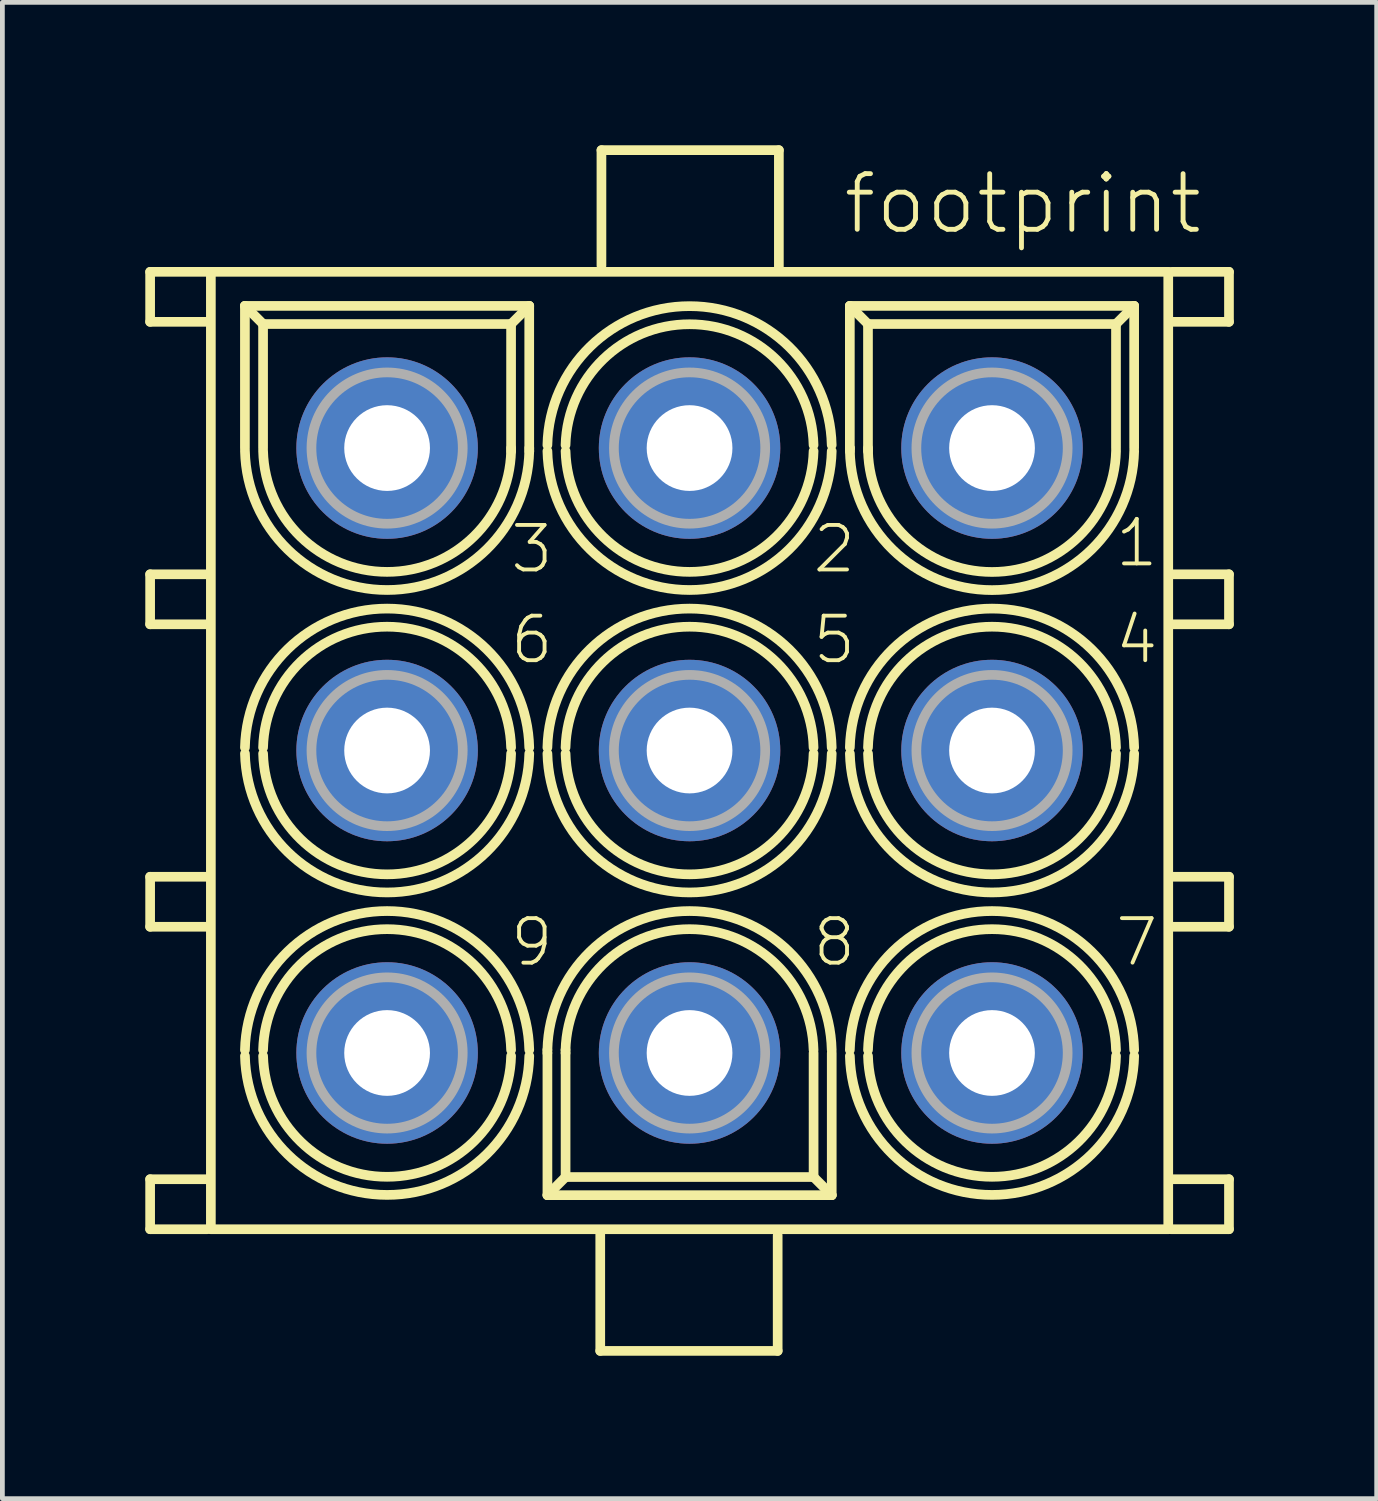
<source format=kicad_pcb>
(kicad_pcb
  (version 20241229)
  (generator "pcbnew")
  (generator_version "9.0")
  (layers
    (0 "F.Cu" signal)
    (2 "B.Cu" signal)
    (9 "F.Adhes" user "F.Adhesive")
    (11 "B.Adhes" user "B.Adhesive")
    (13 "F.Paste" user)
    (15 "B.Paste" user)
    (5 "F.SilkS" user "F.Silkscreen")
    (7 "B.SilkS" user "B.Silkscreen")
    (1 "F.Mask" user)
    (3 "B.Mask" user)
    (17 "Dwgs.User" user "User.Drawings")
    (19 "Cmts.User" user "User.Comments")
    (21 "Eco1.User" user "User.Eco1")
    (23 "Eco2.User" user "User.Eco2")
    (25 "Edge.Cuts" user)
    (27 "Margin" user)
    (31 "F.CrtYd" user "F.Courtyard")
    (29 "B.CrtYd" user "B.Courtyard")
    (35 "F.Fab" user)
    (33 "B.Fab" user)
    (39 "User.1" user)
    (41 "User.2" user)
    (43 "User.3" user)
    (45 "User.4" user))
  (footprint "footprint"
    (layer "F.Cu")
    (at 11.427 12.707)
    (property "Reference" "footprint" (at 3.175 -10.795 0) (layer "F.SilkS") (effects (font (size 1.168 1.168) (thickness 0.102)) (justify left bottom)))
    (fp_line (start -11.325 -10.05) (end -11.325 -9) (stroke (width 0.203) (type solid)) (layer "F.SilkS"))
    (fp_line (start -11.325 -9) (end -10.125 -9) (stroke (width 0.203) (type solid)) (layer "F.SilkS"))
    (fp_line (start -11.325 -3.7) (end -11.325 -2.65) (stroke (width 0.203) (type solid)) (layer "F.SilkS"))
    (fp_line (start -11.325 -2.65) (end -10.125 -2.65) (stroke (width 0.203) (type solid)) (layer "F.SilkS"))
    (fp_line (start -11.325 2.65) (end -11.325 3.7) (stroke (width 0.203) (type solid)) (layer "F.SilkS"))
    (fp_line (start -11.325 3.7) (end -10.125 3.7) (stroke (width 0.203) (type solid)) (layer "F.SilkS"))
    (fp_line (start -11.325 9) (end -11.325 10.05) (stroke (width 0.203) (type solid)) (layer "F.SilkS"))
    (fp_line (start -11.325 10.05) (end -10.125 10.05) (stroke (width 0.203) (type solid)) (layer "F.SilkS"))
    (fp_line (start -10.1 -10.05) (end -11.325 -10.05) (stroke (width 0.203) (type solid)) (layer "F.SilkS"))
    (fp_line (start -10.1 -3.7) (end -11.325 -3.7) (stroke (width 0.203) (type solid)) (layer "F.SilkS"))
    (fp_line (start -10.1 2.65) (end -11.325 2.65) (stroke (width 0.203) (type solid)) (layer "F.SilkS"))
    (fp_line (start -10.1 9) (end -11.325 9) (stroke (width 0.203) (type solid)) (layer "F.SilkS"))
    (fp_line (start -10.05 -10.05) (end 10.05 -10.05) (stroke (width 0.203) (type solid)) (layer "F.SilkS"))
    (fp_line (start -10.05 10.05) (end -10.05 -10.05) (stroke (width 0.203) (type solid)) (layer "F.SilkS"))
    (fp_line (start -9.335 -9.335) (end -3.366 -9.335) (stroke (width 0.203) (type solid)) (layer "F.SilkS"))
    (fp_line (start -9.335 -6.35) (end -9.335 -9.335) (stroke (width 0.203) (type solid)) (layer "F.SilkS"))
    (fp_line (start -8.954 -8.954) (end -9.335 -9.335) (stroke (width 0.203) (type solid)) (layer "F.SilkS"))
    (fp_line (start -8.954 -8.954) (end -3.747 -8.954) (stroke (width 0.203) (type solid)) (layer "F.SilkS"))
    (fp_line (start -8.954 -6.35) (end -8.954 -8.954) (stroke (width 0.203) (type solid)) (layer "F.SilkS"))
    (fp_line (start -3.747 -8.954) (end -3.747 -6.35) (stroke (width 0.203) (type solid)) (layer "F.SilkS"))
    (fp_line (start -3.747 -8.954) (end -3.366 -9.335) (stroke (width 0.203) (type solid)) (layer "F.SilkS"))
    (fp_line (start -3.746 -6.35) (end -3.746 -6.286) (stroke (width 0.203) (type solid)) (layer "F.SilkS"))
    (fp_line (start -3.366 -9.335) (end -3.366 -6.35) (stroke (width 0.203) (type solid)) (layer "F.SilkS"))
    (fp_line (start -3.365 -6.35) (end -3.365 -6.286) (stroke (width 0.203) (type solid)) (layer "F.SilkS"))
    (fp_line (start -2.985 6.35) (end -2.985 6.286) (stroke (width 0.203) (type solid)) (layer "F.SilkS"))
    (fp_line (start -2.984 9.335) (end -2.984 6.35) (stroke (width 0.203) (type solid)) (layer "F.SilkS"))
    (fp_line (start -2.604 6.35) (end -2.604 6.286) (stroke (width 0.203) (type solid)) (layer "F.SilkS"))
    (fp_line (start -2.603 8.954) (end -2.984 9.335) (stroke (width 0.203) (type solid)) (layer "F.SilkS"))
    (fp_line (start -2.603 8.954) (end -2.603 6.35) (stroke (width 0.203) (type solid)) (layer "F.SilkS"))
    (fp_line (start -1.875 10.155) (end -1.875 12.605) (stroke (width 0.203) (type solid)) (layer "F.SilkS"))
    (fp_line (start -1.875 12.605) (end 1.85 12.605) (stroke (width 0.203) (type solid)) (layer "F.SilkS"))
    (fp_line (start -1.85 -12.605) (end -1.85 -10.18) (stroke (width 0.203) (type solid)) (layer "F.SilkS"))
    (fp_line (start 1.85 12.605) (end 1.85 10.18) (stroke (width 0.203) (type solid)) (layer "F.SilkS"))
    (fp_line (start 1.875 -12.605) (end -1.85 -12.605) (stroke (width 0.203) (type solid)) (layer "F.SilkS"))
    (fp_line (start 1.875 -10.155) (end 1.875 -12.605) (stroke (width 0.203) (type solid)) (layer "F.SilkS"))
    (fp_line (start 2.604 6.35) (end 2.604 8.954) (stroke (width 0.203) (type solid)) (layer "F.SilkS"))
    (fp_line (start 2.604 8.954) (end -2.603 8.954) (stroke (width 0.203) (type solid)) (layer "F.SilkS"))
    (fp_line (start 2.604 8.954) (end 2.985 9.335) (stroke (width 0.203) (type solid)) (layer "F.SilkS"))
    (fp_line (start 2.985 6.35) (end 2.985 9.335) (stroke (width 0.203) (type solid)) (layer "F.SilkS"))
    (fp_line (start 2.985 9.335) (end -2.984 9.335) (stroke (width 0.203) (type solid)) (layer "F.SilkS"))
    (fp_line (start 3.365 -9.335) (end 9.334 -9.335) (stroke (width 0.203) (type solid)) (layer "F.SilkS"))
    (fp_line (start 3.365 -6.35) (end 3.365 -9.335) (stroke (width 0.203) (type solid)) (layer "F.SilkS"))
    (fp_line (start 3.365 -6.35) (end 3.366 -6.35) (stroke (width 0.203) (type solid)) (layer "F.SilkS"))
    (fp_line (start 3.366 -6.286) (end 3.366 -6.35) (stroke (width 0.203) (type solid)) (layer "F.SilkS"))
    (fp_line (start 3.746 -8.954) (end 3.365 -9.335) (stroke (width 0.203) (type solid)) (layer "F.SilkS"))
    (fp_line (start 3.746 -8.954) (end 8.953 -8.954) (stroke (width 0.203) (type solid)) (layer "F.SilkS"))
    (fp_line (start 3.746 -6.35) (end 3.746 -8.954) (stroke (width 0.203) (type solid)) (layer "F.SilkS"))
    (fp_line (start 3.747 -6.286) (end 3.747 -6.35) (stroke (width 0.203) (type solid)) (layer "F.SilkS"))
    (fp_line (start 8.953 -8.954) (end 8.953 -6.35) (stroke (width 0.203) (type solid)) (layer "F.SilkS"))
    (fp_line (start 8.953 -8.954) (end 9.334 -9.335) (stroke (width 0.203) (type solid)) (layer "F.SilkS"))
    (fp_line (start 9.334 -9.335) (end 9.334 -6.35) (stroke (width 0.203) (type solid)) (layer "F.SilkS"))
    (fp_line (start 10.05 -10.05) (end 10.05 10.05) (stroke (width 0.203) (type solid)) (layer "F.SilkS"))
    (fp_line (start 10.05 10.05) (end -10.05 10.05) (stroke (width 0.203) (type solid)) (layer "F.SilkS"))
    (fp_line (start 10.1 -9) (end 11.325 -9) (stroke (width 0.203) (type solid)) (layer "F.SilkS"))
    (fp_line (start 10.1 -2.65) (end 11.325 -2.65) (stroke (width 0.203) (type solid)) (layer "F.SilkS"))
    (fp_line (start 10.1 3.7) (end 11.325 3.7) (stroke (width 0.203) (type solid)) (layer "F.SilkS"))
    (fp_line (start 10.1 10.05) (end 11.325 10.05) (stroke (width 0.203) (type solid)) (layer "F.SilkS"))
    (fp_line (start 11.325 -10.05) (end 10.125 -10.05) (stroke (width 0.203) (type solid)) (layer "F.SilkS"))
    (fp_line (start 11.325 -9) (end 11.325 -10.05) (stroke (width 0.203) (type solid)) (layer "F.SilkS"))
    (fp_line (start 11.325 -3.7) (end 10.125 -3.7) (stroke (width 0.203) (type solid)) (layer "F.SilkS"))
    (fp_line (start 11.325 -2.65) (end 11.325 -3.7) (stroke (width 0.203) (type solid)) (layer "F.SilkS"))
    (fp_line (start 11.325 2.65) (end 10.125 2.65) (stroke (width 0.203) (type solid)) (layer "F.SilkS"))
    (fp_line (start 11.325 3.7) (end 11.325 2.65) (stroke (width 0.203) (type solid)) (layer "F.SilkS"))
    (fp_line (start 11.325 9) (end 10.125 9) (stroke (width 0.203) (type solid)) (layer "F.SilkS"))
    (fp_line (start 11.325 10.05) (end 11.325 9) (stroke (width 0.203) (type solid)) (layer "F.SilkS"))
    (fp_arc (start -9.3347 -0.0636) (mid -6.3502 -2.980093) (end -3.3657 -0.0636) (stroke (width 0.2032) (type solid)) (layer "F.SilkS"))
    (fp_arc (start -9.3347 6.2864) (mid -6.3502 3.369907) (end -3.3657 6.2864) (stroke (width 0.2032) (type solid)) (layer "F.SilkS"))
    (fp_arc (start -8.9537 -0.0636) (mid -6.350201 -2.600086) (end -3.7467 -0.063602) (stroke (width 0.2032) (type solid)) (layer "F.SilkS"))
    (fp_arc (start -8.9537 6.2864) (mid -6.350201 3.749914) (end -3.7467 6.286398) (stroke (width 0.2032) (type solid)) (layer "F.SilkS"))
    (fp_arc (start -3.7463 -6.2864) (mid -6.349799 -3.749914) (end -8.9533 -6.286398) (stroke (width 0.2032) (type solid)) (layer "F.SilkS"))
    (fp_arc (start -3.7463 0.0636) (mid -6.349799 2.600086) (end -8.9533 0.063602) (stroke (width 0.2032) (type solid)) (layer "F.SilkS"))
    (fp_arc (start -3.7463 6.4136) (mid -6.3498 8.950085) (end -8.9533 6.4136) (stroke (width 0.2032) (type solid)) (layer "F.SilkS"))
    (fp_arc (start -3.3653 -6.2864) (mid -6.3498 -3.369907) (end -9.3343 -6.2864) (stroke (width 0.2032) (type solid)) (layer "F.SilkS"))
    (fp_arc (start -3.3653 0.0636) (mid -6.3498 2.980093) (end -9.3343 0.0636) (stroke (width 0.2032) (type solid)) (layer "F.SilkS"))
    (fp_arc (start -3.3653 6.4136) (mid -6.349801 9.330092) (end -9.3343 6.413598) (stroke (width 0.2032) (type solid)) (layer "F.SilkS"))
    (fp_arc (start -2.9847 -6.4136) (mid -0.000199 -9.330092) (end 2.9843 -6.413598) (stroke (width 0.2032) (type solid)) (layer "F.SilkS"))
    (fp_arc (start -2.9847 -0.0636) (mid -0.0002 -2.980093) (end 2.9843 -0.0636) (stroke (width 0.2032) (type solid)) (layer "F.SilkS"))
    (fp_arc (start -2.9847 6.2864) (mid -0.0002 3.369907) (end 2.9843 6.2864) (stroke (width 0.2032) (type solid)) (layer "F.SilkS"))
    (fp_arc (start -2.6037 -6.4136) (mid -0.0002 -8.950085) (end 2.6033 -6.4136) (stroke (width 0.2032) (type solid)) (layer "F.SilkS"))
    (fp_arc (start -2.6037 -0.0636) (mid -0.000201 -2.600086) (end 2.6033 -0.063602) (stroke (width 0.2032) (type solid)) (layer "F.SilkS"))
    (fp_arc (start -2.6037 6.2864) (mid -0.000201 3.749914) (end 2.6033 6.286398) (stroke (width 0.2032) (type solid)) (layer "F.SilkS"))
    (fp_arc (start 2.6037 -6.2864) (mid 0.000201 -3.749914) (end -2.6033 -6.286398) (stroke (width 0.2032) (type solid)) (layer "F.SilkS"))
    (fp_arc (start 2.6037 0.0636) (mid 0.000201 2.600086) (end -2.6033 0.063602) (stroke (width 0.2032) (type solid)) (layer "F.SilkS"))
    (fp_arc (start 2.9847 -6.2864) (mid 0.0002 -3.369907) (end -2.9843 -6.2864) (stroke (width 0.2032) (type solid)) (layer "F.SilkS"))
    (fp_arc (start 2.9847 0.0636) (mid 0.0002 2.980093) (end -2.9843 0.0636) (stroke (width 0.2032) (type solid)) (layer "F.SilkS"))
    (fp_arc (start 3.3653 -0.0636) (mid 6.3498 -2.980093) (end 9.3343 -0.0636) (stroke (width 0.2032) (type solid)) (layer "F.SilkS"))
    (fp_arc (start 3.3653 6.2864) (mid 6.3498 3.369907) (end 9.3343 6.2864) (stroke (width 0.2032) (type solid)) (layer "F.SilkS"))
    (fp_arc (start 3.7463 -0.0636) (mid 6.349799 -2.600086) (end 8.9533 -0.063602) (stroke (width 0.2032) (type solid)) (layer "F.SilkS"))
    (fp_arc (start 3.7463 6.2864) (mid 6.349799 3.749914) (end 8.9533 6.286398) (stroke (width 0.2032) (type solid)) (layer "F.SilkS"))
    (fp_arc (start 8.9536 -6.2864) (mid 6.35015 -3.748114) (end 3.7467 -6.2864) (stroke (width 0.2032) (type solid)) (layer "F.SilkS"))
    (fp_arc (start 8.9537 0.0636) (mid 6.350201 2.600086) (end 3.7467 0.063602) (stroke (width 0.2032) (type solid)) (layer "F.SilkS"))
    (fp_arc (start 8.9537 6.4136) (mid 6.3502 8.950085) (end 3.7467 6.4136) (stroke (width 0.2032) (type solid)) (layer "F.SilkS"))
    (fp_arc (start 9.3346 -6.2864) (mid 6.35015 -3.370055) (end 3.3657 -6.2864) (stroke (width 0.2032) (type solid)) (layer "F.SilkS"))
    (fp_arc (start 9.3347 0.0636) (mid 6.3502 2.980093) (end 3.3657 0.0636) (stroke (width 0.2032) (type solid)) (layer "F.SilkS"))
    (fp_arc (start 9.3347 6.4136) (mid 6.350199 9.330092) (end 3.3657 6.413598) (stroke (width 0.2032) (type solid)) (layer "F.SilkS"))
    (fp_circle (center -6.35 0) (end -3.747 0) (stroke (width 0.001) (type solid)) (fill no) (layer "F.SilkS"))
    (fp_circle (center -6.35 6.35) (end -3.747 6.35) (stroke (width 0.001) (type solid)) (fill no) (layer "F.SilkS"))
    (fp_circle (center 0 -6.35) (end 2.603 -6.35) (stroke (width 0.001) (type solid)) (fill no) (layer "F.SilkS"))
    (fp_circle (center 0 0) (end 2.603 0) (stroke (width 0.001) (type solid)) (fill no) (layer "F.SilkS"))
    (fp_circle (center 6.35 0) (end 8.954 0) (stroke (width 0.001) (type solid)) (fill no) (layer "F.SilkS"))
    (fp_circle (center 6.35 6.35) (end 8.954 6.35) (stroke (width 0.001) (type solid)) (fill no) (layer "F.SilkS"))
    (fp_circle (center -6.35 -6.35) (end -4.762 -6.35) (stroke (width 0.203) (type solid)) (fill no) (layer "F.Fab"))
    (fp_circle (center -6.35 0) (end -4.762 0) (stroke (width 0.203) (type solid)) (fill no) (layer "F.Fab"))
    (fp_circle (center -6.35 6.35) (end -4.762 6.35) (stroke (width 0.203) (type solid)) (fill no) (layer "F.Fab"))
    (fp_circle (center 0 -6.35) (end 1.588 -6.35) (stroke (width 0.203) (type solid)) (fill no) (layer "F.Fab"))
    (fp_circle (center 0 0) (end 1.588 0) (stroke (width 0.203) (type solid)) (fill no) (layer "F.Fab"))
    (fp_circle (center 0 6.35) (end 1.588 6.35) (stroke (width 0.203) (type solid)) (fill no) (layer "F.Fab"))
    (fp_circle (center 6.35 -6.35) (end 7.938 -6.35) (stroke (width 0.203) (type solid)) (fill no) (layer "F.Fab"))
    (fp_circle (center 6.35 0) (end 7.938 0) (stroke (width 0.203) (type solid)) (fill no) (layer "F.Fab"))
    (fp_circle (center 6.35 6.35) (end 7.938 6.35) (stroke (width 0.203) (type solid)) (fill no) (layer "F.Fab"))
    (fp_text user "6" (at -3.81 -1.778 0) (layer "F.SilkS") (effects (font (size 0.935 0.935) (thickness 0.081)) (justify left bottom)))
    (fp_text user "4" (at 8.89 -1.778 0) (layer "F.SilkS") (effects (font (size 0.935 0.935) (thickness 0.081)) (justify left bottom)))
    (fp_text user "1" (at 8.89 -3.81 0) (layer "F.SilkS") (effects (font (size 0.935 0.935) (thickness 0.081)) (justify left bottom)))
    (fp_text user "2" (at 2.54 -3.683 0) (layer "F.SilkS") (effects (font (size 0.935 0.935) (thickness 0.081)) (justify left bottom)))
    (fp_text user "3" (at -3.81 -3.683 0) (layer "F.SilkS") (effects (font (size 0.935 0.935) (thickness 0.081)) (justify left bottom)))
    (fp_text user "9" (at -3.81 4.572 0) (layer "F.SilkS") (effects (font (size 0.935 0.935) (thickness 0.081)) (justify left bottom)))
    (fp_text user "7" (at 8.89 4.572 0) (layer "F.SilkS") (effects (font (size 0.935 0.935) (thickness 0.081)) (justify left bottom)))
    (fp_text user "8" (at 2.54 4.572 0) (layer "F.SilkS") (effects (font (size 0.935 0.935) (thickness 0.081)) (justify left bottom)))
    (fp_text user "5" (at 2.54 -1.778 0) (layer "F.SilkS") (effects (font (size 0.935 0.935) (thickness 0.081)) (justify left bottom)))
    (pad "1" thru_hole circle (at 6.35 -6.35 180) (size 3.81 3.81) (drill 1.8) (layers "*.Cu" "*.Mask"))
    (pad "2" thru_hole circle (at 0 -6.35 180) (size 3.81 3.81) (drill 1.8) (layers "*.Cu" "*.Mask"))
    (pad "3" thru_hole circle (at -6.35 -6.35 180) (size 3.81 3.81) (drill 1.8) (layers "*.Cu" "*.Mask"))
    (pad "4" thru_hole circle (at 6.35 0 180) (size 3.81 3.81) (drill 1.8) (layers "*.Cu" "*.Mask"))
    (pad "5" thru_hole circle (at 0 0) (size 3.81 3.81) (drill 1.8) (layers "*.Cu" "*.Mask"))
    (pad "6" thru_hole circle (at -6.35 0 180) (size 3.81 3.81) (drill 1.8) (layers "*.Cu" "*.Mask"))
    (pad "7" thru_hole circle (at 6.35 6.35 180) (size 3.81 3.81) (drill 1.8) (layers "*.Cu" "*.Mask"))
    (pad "8" thru_hole circle (at 0 6.35 180) (size 3.81 3.81) (drill 1.8) (layers "*.Cu" "*.Mask"))
    (pad "9" thru_hole circle (at -6.35 6.35 180) (size 3.81 3.81) (drill 1.8) (layers "*.Cu" "*.Mask")))
  (gr_rect
    (start -3 -3)
    (end 25.853 28.413)
    (stroke (width 0.1) (type default))
    (fill no)
    (layer "Edge.Cuts")))
</source>
